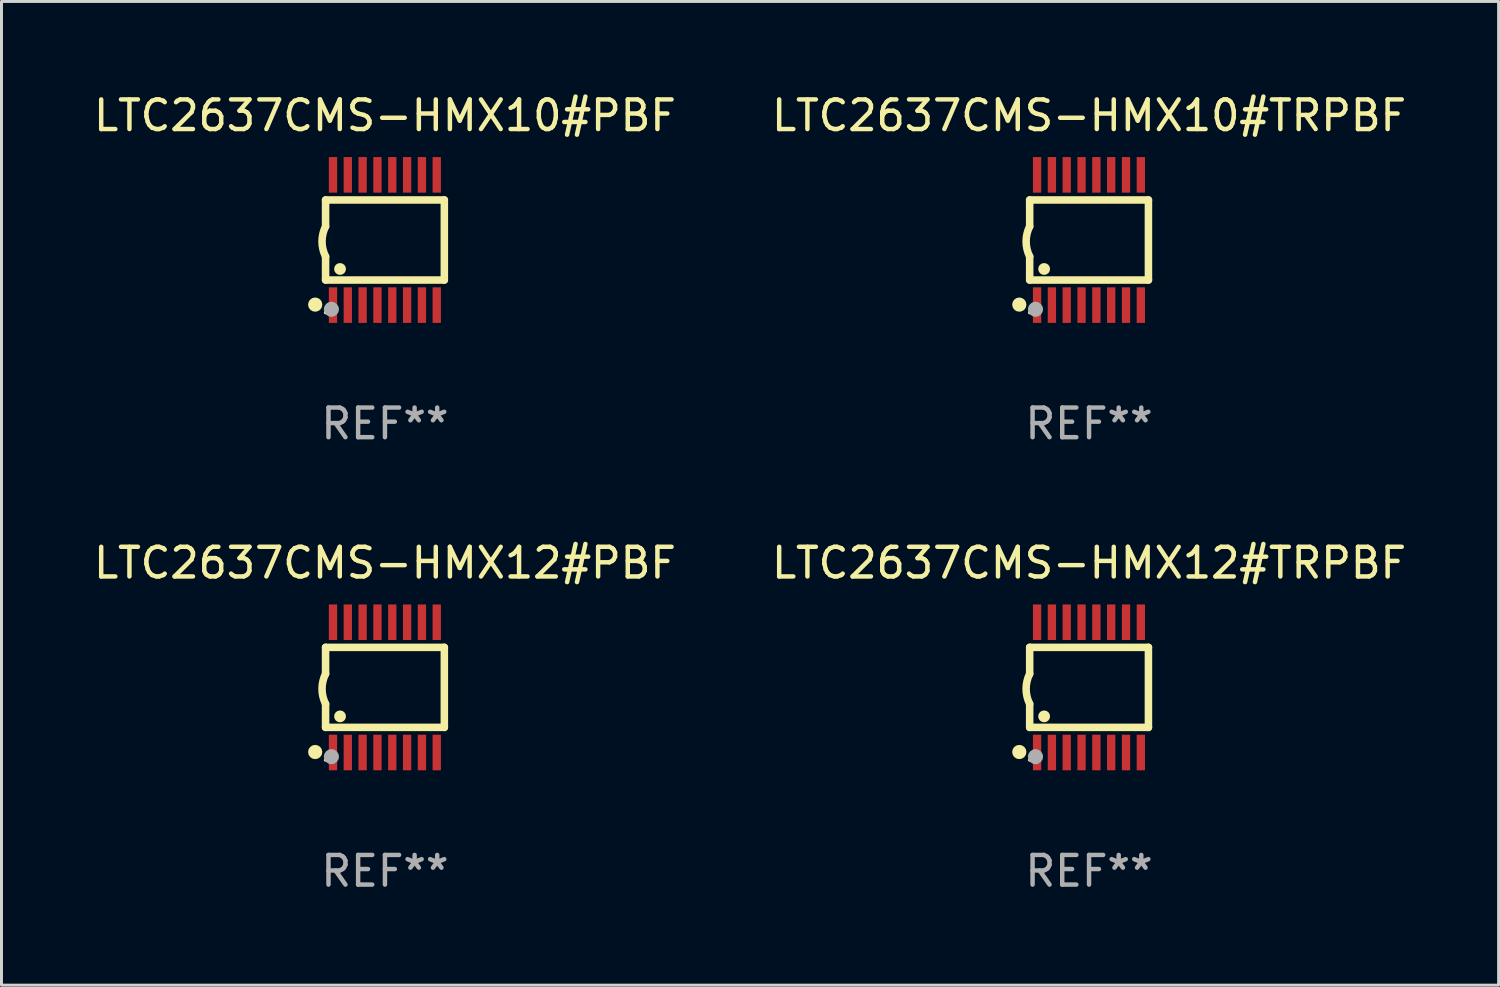
<source format=kicad_pcb>
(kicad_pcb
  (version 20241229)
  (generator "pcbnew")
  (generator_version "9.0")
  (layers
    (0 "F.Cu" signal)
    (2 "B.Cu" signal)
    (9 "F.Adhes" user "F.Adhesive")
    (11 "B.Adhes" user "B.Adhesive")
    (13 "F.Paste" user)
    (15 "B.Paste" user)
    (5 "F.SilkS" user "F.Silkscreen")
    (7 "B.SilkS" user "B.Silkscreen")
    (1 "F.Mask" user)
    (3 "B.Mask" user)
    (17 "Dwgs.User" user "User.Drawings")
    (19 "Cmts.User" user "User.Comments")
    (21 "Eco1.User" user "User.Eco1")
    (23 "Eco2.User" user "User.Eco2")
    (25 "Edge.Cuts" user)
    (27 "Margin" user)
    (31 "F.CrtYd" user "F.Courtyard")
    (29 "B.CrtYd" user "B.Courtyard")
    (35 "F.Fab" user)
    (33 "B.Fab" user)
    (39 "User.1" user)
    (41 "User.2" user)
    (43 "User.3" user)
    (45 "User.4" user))
  (footprint "LTC2637CMS-HMX10#PBF"
    (layer "F.Cu")
    (at 9.935 5.045)
    (property "Reference" "LTC2637CMS-HMX10#PBF" (at 0 -4.197 0) (layer "F.SilkS") (effects (font (size 1 1) (thickness 0.15))))
    (attr through_hole)
    (fp_line (start -2.003 -1.35) (end -2.003 -0.457) (stroke (width 0.254) (type solid)) (layer "F.SilkS"))
    (fp_line (start -2.003 -1.35) (end 2.003 -1.35) (stroke (width 0.254) (type solid)) (layer "F.SilkS"))
    (fp_line (start -2.003 1.35) (end -2.003 0.559) (stroke (width 0.254) (type solid)) (layer "F.SilkS"))
    (fp_line (start -2.003 1.35) (end 2.003 1.35) (stroke (width 0.254) (type solid)) (layer "F.SilkS"))
    (fp_line (start 2.003 -1.35) (end 2.003 1.35) (stroke (width 0.254) (type solid)) (layer "F.SilkS"))
    (fp_arc (start -2.002286 0.558802) (mid -2.122556 0.05092) (end -2.003302 -0.457201) (stroke (width 0.254001) (type solid)) (layer "F.SilkS"))
    (fp_circle (center -2.353 2.18) (end -2.233 2.18) (stroke (width 0.24) (type solid)) (fill no) (layer "F.SilkS"))
    (fp_circle (center -2.003 2.45) (end -1.973 2.45) (stroke (width 0.06) (type solid)) (fill no) (layer "F.SilkS"))
    (fp_circle (center -1.515 0.978) (end -1.415 0.978) (stroke (width 0.2) (type solid)) (fill no) (layer "F.SilkS"))
    (fp_circle (center -1.807 2.337) (end -1.68 2.337) (stroke (width 0.254) (type solid)) (fill no) (layer "F.Fab"))
    (fp_text user "REF**" (at 0 6.197 0) (layer "F.Fab") (effects (font (size 1 1) (thickness 0.15))))
    (pad "1" smd rect (at -1.753 2.197 90) (size 1.2 0.28) (layers "F.Cu" "F.Mask" "F.Paste"))
    (pad "2" smd rect (at -1.253 2.197 90) (size 1.2 0.28) (layers "F.Cu" "F.Mask" "F.Paste"))
    (pad "3" smd rect (at -0.753 2.197 90) (size 1.2 0.28) (layers "F.Cu" "F.Mask" "F.Paste"))
    (pad "4" smd rect (at -0.253 2.197 90) (size 1.2 0.28) (layers "F.Cu" "F.Mask" "F.Paste"))
    (pad "5" smd rect (at 0.247 2.197 90) (size 1.2 0.28) (layers "F.Cu" "F.Mask" "F.Paste"))
    (pad "6" smd rect (at 0.747 2.197 90) (size 1.2 0.28) (layers "F.Cu" "F.Mask" "F.Paste"))
    (pad "7" smd rect (at 1.247 2.197 90) (size 1.2 0.28) (layers "F.Cu" "F.Mask" "F.Paste"))
    (pad "8" smd rect (at 1.747 2.197 90) (size 1.2 0.28) (layers "F.Cu" "F.Mask" "F.Paste"))
    (pad "9" smd rect (at 1.747 -2.197 90) (size 1.2 0.28) (layers "F.Cu" "F.Mask" "F.Paste"))
    (pad "10" smd rect (at 1.247 -2.197 90) (size 1.2 0.28) (layers "F.Cu" "F.Mask" "F.Paste"))
    (pad "11" smd rect (at 0.747 -2.197 90) (size 1.2 0.28) (layers "F.Cu" "F.Mask" "F.Paste"))
    (pad "12" smd rect (at 0.247 -2.197 90) (size 1.2 0.28) (layers "F.Cu" "F.Mask" "F.Paste"))
    (pad "13" smd rect (at -0.253 -2.197 90) (size 1.2 0.28) (layers "F.Cu" "F.Mask" "F.Paste"))
    (pad "14" smd rect (at -0.753 -2.197 90) (size 1.2 0.28) (layers "F.Cu" "F.Mask" "F.Paste"))
    (pad "15" smd rect (at -1.253 -2.197 90) (size 1.2 0.28) (layers "F.Cu" "F.Mask" "F.Paste"))
    (pad "16" smd rect (at -1.753 -2.197 90) (size 1.2 0.28) (layers "F.Cu" "F.Mask" "F.Paste")))
  (footprint "LTC2637CMS-HMX10#TRPBF"
    (layer "F.Cu")
    (at 33.685 5.045)
    (property "Reference" "LTC2637CMS-HMX10#TRPBF" (at 0 -4.197 0) (layer "F.SilkS") (effects (font (size 1 1) (thickness 0.15))))
    (attr through_hole)
    (fp_line (start -2.003 -1.35) (end -2.003 -0.457) (stroke (width 0.254) (type solid)) (layer "F.SilkS"))
    (fp_line (start -2.003 -1.35) (end 2.003 -1.35) (stroke (width 0.254) (type solid)) (layer "F.SilkS"))
    (fp_line (start -2.003 1.35) (end -2.003 0.559) (stroke (width 0.254) (type solid)) (layer "F.SilkS"))
    (fp_line (start -2.003 1.35) (end 2.003 1.35) (stroke (width 0.254) (type solid)) (layer "F.SilkS"))
    (fp_line (start 2.003 -1.35) (end 2.003 1.35) (stroke (width 0.254) (type solid)) (layer "F.SilkS"))
    (fp_arc (start -2.002286 0.558802) (mid -2.122556 0.05092) (end -2.003302 -0.457201) (stroke (width 0.254001) (type solid)) (layer "F.SilkS"))
    (fp_circle (center -2.353 2.18) (end -2.233 2.18) (stroke (width 0.24) (type solid)) (fill no) (layer "F.SilkS"))
    (fp_circle (center -2.003 2.45) (end -1.973 2.45) (stroke (width 0.06) (type solid)) (fill no) (layer "F.SilkS"))
    (fp_circle (center -1.515 0.978) (end -1.415 0.978) (stroke (width 0.2) (type solid)) (fill no) (layer "F.SilkS"))
    (fp_circle (center -1.807 2.337) (end -1.68 2.337) (stroke (width 0.254) (type solid)) (fill no) (layer "F.Fab"))
    (fp_text user "REF**" (at 0 6.197 0) (layer "F.Fab") (effects (font (size 1 1) (thickness 0.15))))
    (pad "1" smd rect (at -1.753 2.197 90) (size 1.2 0.28) (layers "F.Cu" "F.Mask" "F.Paste"))
    (pad "2" smd rect (at -1.253 2.197 90) (size 1.2 0.28) (layers "F.Cu" "F.Mask" "F.Paste"))
    (pad "3" smd rect (at -0.753 2.197 90) (size 1.2 0.28) (layers "F.Cu" "F.Mask" "F.Paste"))
    (pad "4" smd rect (at -0.253 2.197 90) (size 1.2 0.28) (layers "F.Cu" "F.Mask" "F.Paste"))
    (pad "5" smd rect (at 0.247 2.197 90) (size 1.2 0.28) (layers "F.Cu" "F.Mask" "F.Paste"))
    (pad "6" smd rect (at 0.747 2.197 90) (size 1.2 0.28) (layers "F.Cu" "F.Mask" "F.Paste"))
    (pad "7" smd rect (at 1.247 2.197 90) (size 1.2 0.28) (layers "F.Cu" "F.Mask" "F.Paste"))
    (pad "8" smd rect (at 1.747 2.197 90) (size 1.2 0.28) (layers "F.Cu" "F.Mask" "F.Paste"))
    (pad "9" smd rect (at 1.747 -2.197 90) (size 1.2 0.28) (layers "F.Cu" "F.Mask" "F.Paste"))
    (pad "10" smd rect (at 1.247 -2.197 90) (size 1.2 0.28) (layers "F.Cu" "F.Mask" "F.Paste"))
    (pad "11" smd rect (at 0.747 -2.197 90) (size 1.2 0.28) (layers "F.Cu" "F.Mask" "F.Paste"))
    (pad "12" smd rect (at 0.247 -2.197 90) (size 1.2 0.28) (layers "F.Cu" "F.Mask" "F.Paste"))
    (pad "13" smd rect (at -0.253 -2.197 90) (size 1.2 0.28) (layers "F.Cu" "F.Mask" "F.Paste"))
    (pad "14" smd rect (at -0.753 -2.197 90) (size 1.2 0.28) (layers "F.Cu" "F.Mask" "F.Paste"))
    (pad "15" smd rect (at -1.253 -2.197 90) (size 1.2 0.28) (layers "F.Cu" "F.Mask" "F.Paste"))
    (pad "16" smd rect (at -1.753 -2.197 90) (size 1.2 0.28) (layers "F.Cu" "F.Mask" "F.Paste")))
  (footprint "LTC2637CMS-HMX12#PBF"
    (layer "F.Cu")
    (at 9.935 20.136)
    (property "Reference" "LTC2637CMS-HMX12#PBF" (at 0 -4.197 0) (layer "F.SilkS") (effects (font (size 1 1) (thickness 0.15))))
    (attr through_hole)
    (fp_line (start -2.003 -1.35) (end -2.003 -0.457) (stroke (width 0.254) (type solid)) (layer "F.SilkS"))
    (fp_line (start -2.003 -1.35) (end 2.003 -1.35) (stroke (width 0.254) (type solid)) (layer "F.SilkS"))
    (fp_line (start -2.003 1.35) (end -2.003 0.559) (stroke (width 0.254) (type solid)) (layer "F.SilkS"))
    (fp_line (start -2.003 1.35) (end 2.003 1.35) (stroke (width 0.254) (type solid)) (layer "F.SilkS"))
    (fp_line (start 2.003 -1.35) (end 2.003 1.35) (stroke (width 0.254) (type solid)) (layer "F.SilkS"))
    (fp_arc (start -2.002286 0.558802) (mid -2.122556 0.05092) (end -2.003302 -0.457201) (stroke (width 0.254001) (type solid)) (layer "F.SilkS"))
    (fp_circle (center -2.353 2.18) (end -2.233 2.18) (stroke (width 0.24) (type solid)) (fill no) (layer "F.SilkS"))
    (fp_circle (center -2.003 2.45) (end -1.973 2.45) (stroke (width 0.06) (type solid)) (fill no) (layer "F.SilkS"))
    (fp_circle (center -1.515 0.978) (end -1.415 0.978) (stroke (width 0.2) (type solid)) (fill no) (layer "F.SilkS"))
    (fp_circle (center -1.807 2.337) (end -1.68 2.337) (stroke (width 0.254) (type solid)) (fill no) (layer "F.Fab"))
    (fp_text user "REF**" (at 0 6.197 0) (layer "F.Fab") (effects (font (size 1 1) (thickness 0.15))))
    (pad "1" smd rect (at -1.753 2.197 90) (size 1.2 0.28) (layers "F.Cu" "F.Mask" "F.Paste"))
    (pad "2" smd rect (at -1.253 2.197 90) (size 1.2 0.28) (layers "F.Cu" "F.Mask" "F.Paste"))
    (pad "3" smd rect (at -0.753 2.197 90) (size 1.2 0.28) (layers "F.Cu" "F.Mask" "F.Paste"))
    (pad "4" smd rect (at -0.253 2.197 90) (size 1.2 0.28) (layers "F.Cu" "F.Mask" "F.Paste"))
    (pad "5" smd rect (at 0.247 2.197 90) (size 1.2 0.28) (layers "F.Cu" "F.Mask" "F.Paste"))
    (pad "6" smd rect (at 0.747 2.197 90) (size 1.2 0.28) (layers "F.Cu" "F.Mask" "F.Paste"))
    (pad "7" smd rect (at 1.247 2.197 90) (size 1.2 0.28) (layers "F.Cu" "F.Mask" "F.Paste"))
    (pad "8" smd rect (at 1.747 2.197 90) (size 1.2 0.28) (layers "F.Cu" "F.Mask" "F.Paste"))
    (pad "9" smd rect (at 1.747 -2.197 90) (size 1.2 0.28) (layers "F.Cu" "F.Mask" "F.Paste"))
    (pad "10" smd rect (at 1.247 -2.197 90) (size 1.2 0.28) (layers "F.Cu" "F.Mask" "F.Paste"))
    (pad "11" smd rect (at 0.747 -2.197 90) (size 1.2 0.28) (layers "F.Cu" "F.Mask" "F.Paste"))
    (pad "12" smd rect (at 0.247 -2.197 90) (size 1.2 0.28) (layers "F.Cu" "F.Mask" "F.Paste"))
    (pad "13" smd rect (at -0.253 -2.197 90) (size 1.2 0.28) (layers "F.Cu" "F.Mask" "F.Paste"))
    (pad "14" smd rect (at -0.753 -2.197 90) (size 1.2 0.28) (layers "F.Cu" "F.Mask" "F.Paste"))
    (pad "15" smd rect (at -1.253 -2.197 90) (size 1.2 0.28) (layers "F.Cu" "F.Mask" "F.Paste"))
    (pad "16" smd rect (at -1.753 -2.197 90) (size 1.2 0.28) (layers "F.Cu" "F.Mask" "F.Paste")))
  (footprint "LTC2637CMS-HMX12#TRPBF"
    (layer "F.Cu")
    (at 33.685 20.136)
    (property "Reference" "LTC2637CMS-HMX12#TRPBF" (at 0 -4.197 0) (layer "F.SilkS") (effects (font (size 1 1) (thickness 0.15))))
    (attr through_hole)
    (fp_line (start -2.003 -1.35) (end -2.003 -0.457) (stroke (width 0.254) (type solid)) (layer "F.SilkS"))
    (fp_line (start -2.003 -1.35) (end 2.003 -1.35) (stroke (width 0.254) (type solid)) (layer "F.SilkS"))
    (fp_line (start -2.003 1.35) (end -2.003 0.559) (stroke (width 0.254) (type solid)) (layer "F.SilkS"))
    (fp_line (start -2.003 1.35) (end 2.003 1.35) (stroke (width 0.254) (type solid)) (layer "F.SilkS"))
    (fp_line (start 2.003 -1.35) (end 2.003 1.35) (stroke (width 0.254) (type solid)) (layer "F.SilkS"))
    (fp_arc (start -2.002286 0.558802) (mid -2.122556 0.05092) (end -2.003302 -0.457201) (stroke (width 0.254001) (type solid)) (layer "F.SilkS"))
    (fp_circle (center -2.353 2.18) (end -2.233 2.18) (stroke (width 0.24) (type solid)) (fill no) (layer "F.SilkS"))
    (fp_circle (center -2.003 2.45) (end -1.973 2.45) (stroke (width 0.06) (type solid)) (fill no) (layer "F.SilkS"))
    (fp_circle (center -1.515 0.978) (end -1.415 0.978) (stroke (width 0.2) (type solid)) (fill no) (layer "F.SilkS"))
    (fp_circle (center -1.807 2.337) (end -1.68 2.337) (stroke (width 0.254) (type solid)) (fill no) (layer "F.Fab"))
    (fp_text user "REF**" (at 0 6.197 0) (layer "F.Fab") (effects (font (size 1 1) (thickness 0.15))))
    (pad "1" smd rect (at -1.753 2.197 90) (size 1.2 0.28) (layers "F.Cu" "F.Mask" "F.Paste"))
    (pad "2" smd rect (at -1.253 2.197 90) (size 1.2 0.28) (layers "F.Cu" "F.Mask" "F.Paste"))
    (pad "3" smd rect (at -0.753 2.197 90) (size 1.2 0.28) (layers "F.Cu" "F.Mask" "F.Paste"))
    (pad "4" smd rect (at -0.253 2.197 90) (size 1.2 0.28) (layers "F.Cu" "F.Mask" "F.Paste"))
    (pad "5" smd rect (at 0.247 2.197 90) (size 1.2 0.28) (layers "F.Cu" "F.Mask" "F.Paste"))
    (pad "6" smd rect (at 0.747 2.197 90) (size 1.2 0.28) (layers "F.Cu" "F.Mask" "F.Paste"))
    (pad "7" smd rect (at 1.247 2.197 90) (size 1.2 0.28) (layers "F.Cu" "F.Mask" "F.Paste"))
    (pad "8" smd rect (at 1.747 2.197 90) (size 1.2 0.28) (layers "F.Cu" "F.Mask" "F.Paste"))
    (pad "9" smd rect (at 1.747 -2.197 90) (size 1.2 0.28) (layers "F.Cu" "F.Mask" "F.Paste"))
    (pad "10" smd rect (at 1.247 -2.197 90) (size 1.2 0.28) (layers "F.Cu" "F.Mask" "F.Paste"))
    (pad "11" smd rect (at 0.747 -2.197 90) (size 1.2 0.28) (layers "F.Cu" "F.Mask" "F.Paste"))
    (pad "12" smd rect (at 0.247 -2.197 90) (size 1.2 0.28) (layers "F.Cu" "F.Mask" "F.Paste"))
    (pad "13" smd rect (at -0.253 -2.197 90) (size 1.2 0.28) (layers "F.Cu" "F.Mask" "F.Paste"))
    (pad "14" smd rect (at -0.753 -2.197 90) (size 1.2 0.28) (layers "F.Cu" "F.Mask" "F.Paste"))
    (pad "15" smd rect (at -1.253 -2.197 90) (size 1.2 0.28) (layers "F.Cu" "F.Mask" "F.Paste"))
    (pad "16" smd rect (at -1.753 -2.197 90) (size 1.2 0.28) (layers "F.Cu" "F.Mask" "F.Paste")))
  (gr_rect
    (start -3 -3)
    (end 47.5 30.181)
    (stroke (width 0.1) (type default))
    (fill no)
    (layer "Edge.Cuts")))
</source>
